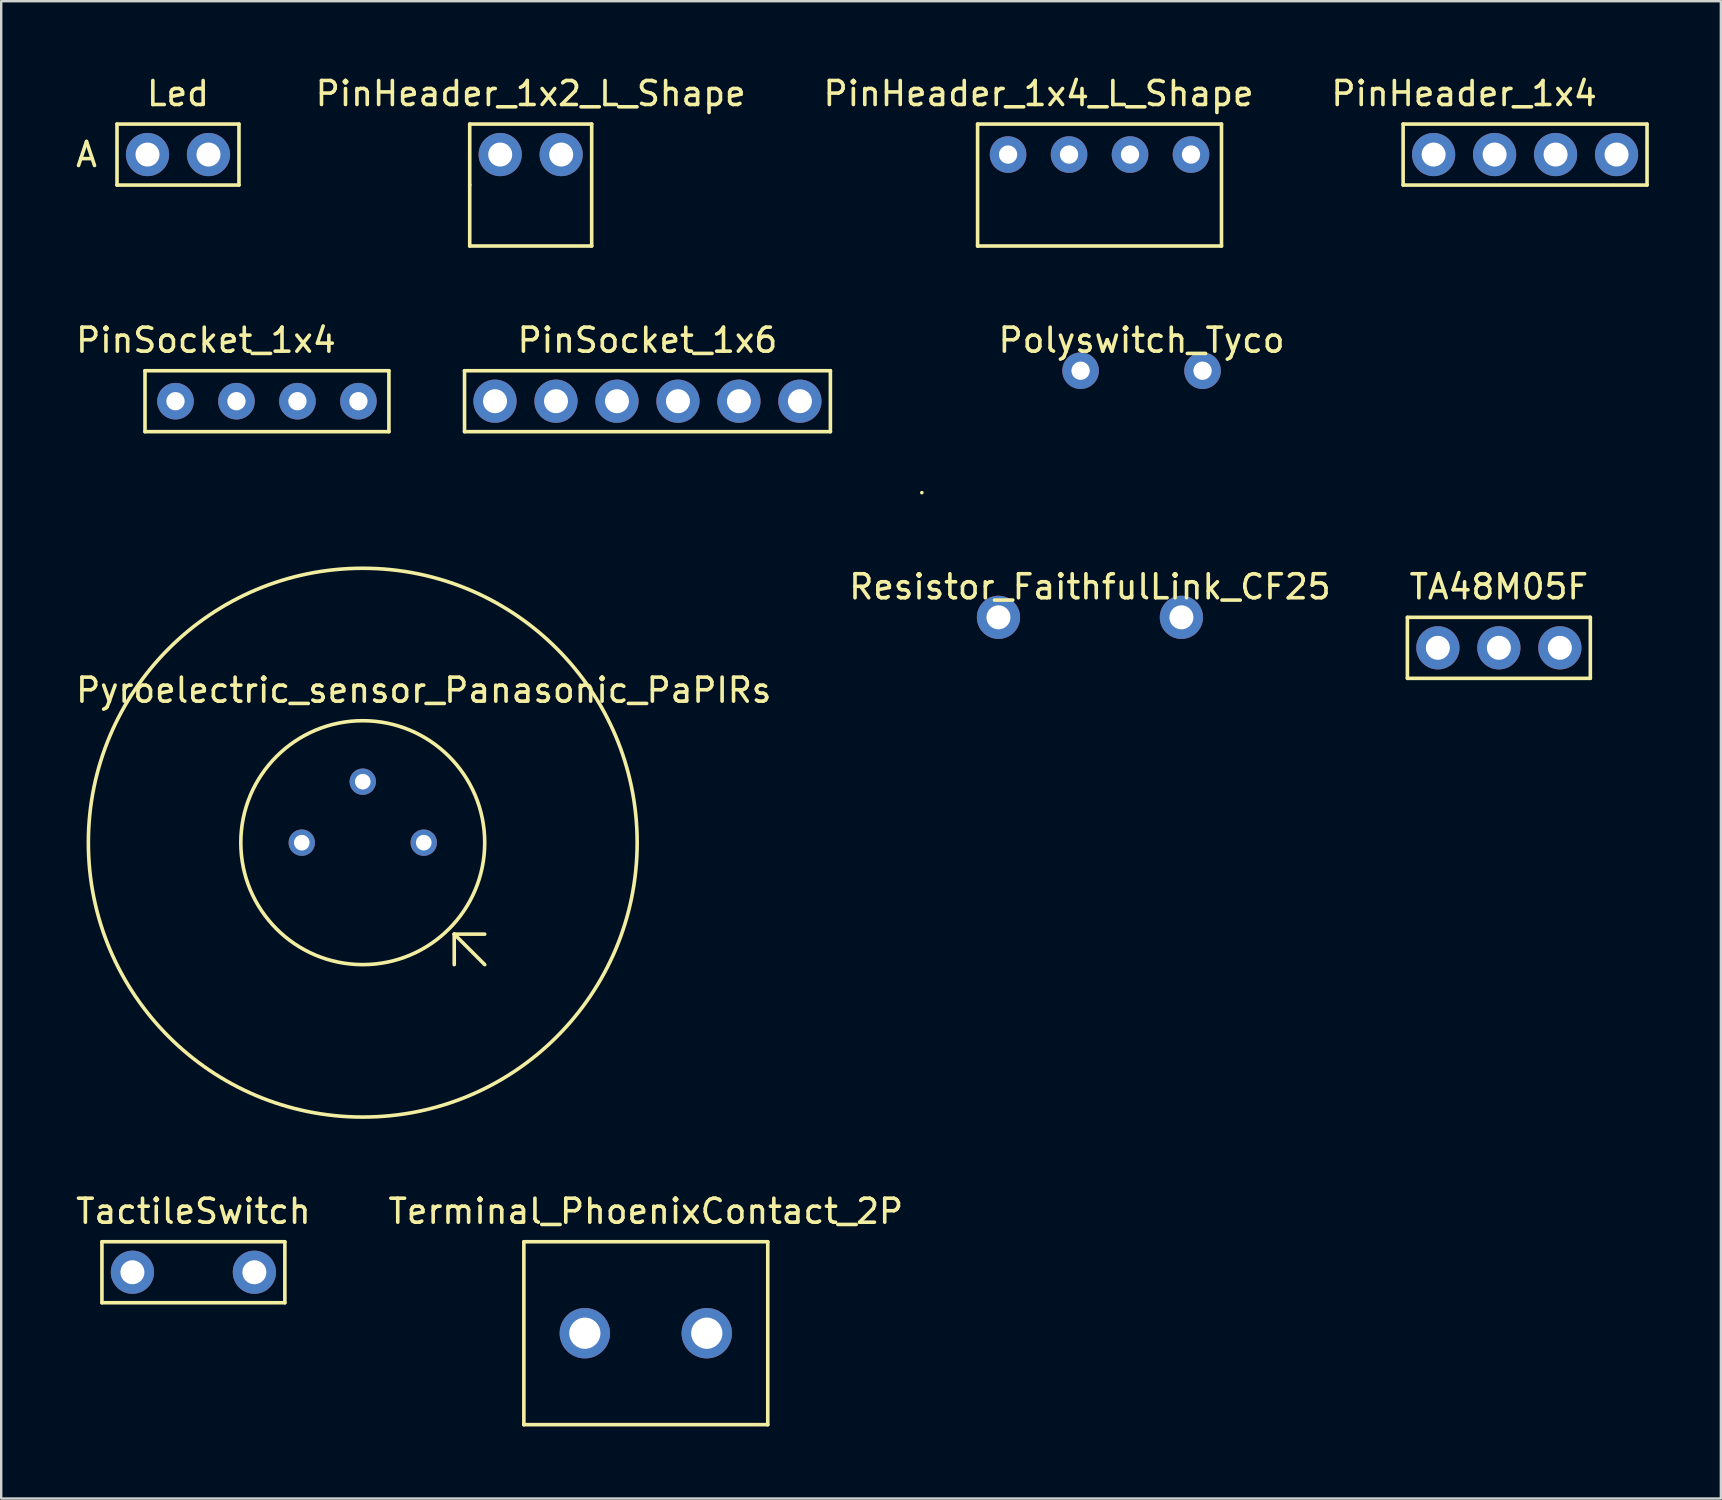
<source format=kicad_pcb>
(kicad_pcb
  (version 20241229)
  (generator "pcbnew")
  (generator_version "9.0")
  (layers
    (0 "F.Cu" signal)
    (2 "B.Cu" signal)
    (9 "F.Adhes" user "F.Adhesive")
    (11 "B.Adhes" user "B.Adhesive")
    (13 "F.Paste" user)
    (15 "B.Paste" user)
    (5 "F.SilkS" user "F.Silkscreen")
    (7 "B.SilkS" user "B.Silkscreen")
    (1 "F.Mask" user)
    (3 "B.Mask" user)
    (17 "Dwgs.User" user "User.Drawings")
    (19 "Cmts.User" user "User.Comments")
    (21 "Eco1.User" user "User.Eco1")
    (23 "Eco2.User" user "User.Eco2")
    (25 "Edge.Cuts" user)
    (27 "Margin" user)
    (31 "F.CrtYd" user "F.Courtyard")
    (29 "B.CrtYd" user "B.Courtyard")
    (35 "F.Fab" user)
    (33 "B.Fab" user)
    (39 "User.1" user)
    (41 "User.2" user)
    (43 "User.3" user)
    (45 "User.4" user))
  (footprint "Pyroelectric_sensor_Panasonic_PaPIRs"
    (layer "F.Cu")
    (at 12.061 32.051)
    (property "Reference" "Pyroelectric_sensor_Panasonic_PaPIRs" (at 2.54 -6.35 0) (layer "F.SilkS") (effects (font (size 1 1) (thickness 0.15))))
    (attr through_hole)
    (fp_line (start 3.81 3.81) (end 3.81 5.08) (stroke (width 0.15) (type solid)) (layer "F.SilkS"))
    (fp_line (start 3.81 3.81) (end 5.08 3.81) (stroke (width 0.15) (type solid)) (layer "F.SilkS"))
    (fp_line (start 3.81 3.81) (end 5.08 5.08) (stroke (width 0.15) (type solid)) (layer "F.SilkS"))
    (fp_circle (center 0 0) (end 0 -5.08) (stroke (width 0.15) (type solid)) (fill no) (layer "F.SilkS"))
    (fp_circle (center 0 0) (end 11.43 0) (stroke (width 0.15) (type solid)) (fill no) (layer "F.SilkS"))
    (pad "1" thru_hole circle (at 2.54 0) (size 1.1 1.1) (drill 0.65) (layers "*.Cu" "*.Mask"))
    (pad "2" thru_hole circle (at 0 -2.54) (size 1.1 1.1) (drill 0.65) (layers "*.Cu" "*.Mask"))
    (pad "3" thru_hole circle (at -2.54 0) (size 1.1 1.1) (drill 0.65) (layers "*.Cu" "*.Mask")))
  (footprint "PinSocket_1x6"
    (layer "F.Cu")
    (at 23.92 13.662)
    (property "Reference" "PinSocket_1x6" (at 0 -2.54 0) (layer "F.SilkS") (effects (font (size 1 1) (thickness 0.15))))
    (attr through_hole)
    (fp_line (start -7.62 -1.27) (end -7.62 1.27) (stroke (width 0.15) (type solid)) (layer "F.SilkS"))
    (fp_line (start -7.62 1.27) (end 7.62 1.27) (stroke (width 0.15) (type solid)) (layer "F.SilkS"))
    (fp_line (start 7.62 -1.27) (end -7.62 -1.27) (stroke (width 0.15) (type solid)) (layer "F.SilkS"))
    (fp_line (start 7.62 -1.27) (end 7.62 1.27) (stroke (width 0.15) (type solid)) (layer "F.SilkS"))
    (fp_line (start 11.43 3.81) (end 11.43 3.81) (stroke (width 0.15) (type solid)) (layer "F.SilkS"))
    (pad "1" thru_hole circle (at 6.35 0) (size 1.8 1.8) (drill 1) (layers "*.Cu" "*.Mask"))
    (pad "2" thru_hole circle (at 3.81 0) (size 1.8 1.8) (drill 1) (layers "*.Cu" "*.Mask"))
    (pad "3" thru_hole circle (at 1.27 0) (size 1.8 1.8) (drill 1) (layers "*.Cu" "*.Mask"))
    (pad "4" thru_hole circle (at -1.27 0) (size 1.8 1.8) (drill 1) (layers "*.Cu" "*.Mask"))
    (pad "5" thru_hole circle (at -3.81 0) (size 1.8 1.8) (drill 1) (layers "*.Cu" "*.Mask"))
    (pad "6" thru_hole circle (at -6.35 0) (size 1.8 1.8) (drill 1) (layers "*.Cu" "*.Mask")))
  (footprint "TactileSwitch"
    (layer "F.Cu")
    (at 5.006 49.945)
    (property "Reference" "TactileSwitch" (at 0 -2.54 0) (layer "F.SilkS") (effects (font (size 1 1) (thickness 0.15))))
    (attr through_hole)
    (fp_line (start -3.81 -1.27) (end -3.81 1.27) (stroke (width 0.15) (type solid)) (layer "F.SilkS"))
    (fp_line (start -3.81 1.27) (end 3.81 1.27) (stroke (width 0.15) (type solid)) (layer "F.SilkS"))
    (fp_line (start 3.81 -1.27) (end -3.81 -1.27) (stroke (width 0.15) (type solid)) (layer "F.SilkS"))
    (fp_line (start 3.81 1.27) (end 3.81 -1.27) (stroke (width 0.15) (type solid)) (layer "F.SilkS"))
    (pad "1" thru_hole circle (at 2.54 0) (size 1.8 1.8) (drill 1) (layers "*.Cu" "*.Mask"))
    (pad "2" thru_hole circle (at -2.54 0) (size 1.8 1.8) (drill 1) (layers "*.Cu" "*.Mask")))
  (footprint "Resistor_FaithfulLink_CF25"
    (layer "F.Cu")
    (at 42.351 22.665)
    (property "Reference" "Resistor_FaithfulLink_CF25" (at 0 -1.27 0) (layer "F.SilkS") (effects (font (size 1 1) (thickness 0.15))))
    (attr through_hole)
    (pad "1" thru_hole circle (at 3.81 0) (size 1.8 1.8) (drill 1) (layers "*.Cu" "*.Mask"))
    (pad "2" thru_hole circle (at -3.81 0) (size 1.8 1.8) (drill 1) (layers "*.Cu" "*.Mask")))
  (footprint "Led"
    (layer "F.Cu")
    (at 4.364 3.388)
    (property "Reference" "Led" (at 0 -2.54 0) (layer "F.SilkS") (effects (font (size 1 1) (thickness 0.15))))
    (attr through_hole)
    (fp_line (start -2.54 -1.27) (end -2.54 1.27) (stroke (width 0.15) (type solid)) (layer "F.SilkS"))
    (fp_line (start -2.54 1.27) (end 2.54 1.27) (stroke (width 0.15) (type solid)) (layer "F.SilkS"))
    (fp_line (start 2.54 -1.27) (end -2.54 -1.27) (stroke (width 0.15) (type solid)) (layer "F.SilkS"))
    (fp_line (start 2.54 1.27) (end 2.54 -1.27) (stroke (width 0.15) (type solid)) (layer "F.SilkS"))
    (fp_text user "A" (at -3.81 0 0) (layer "F.SilkS") (effects (font (size 1 1) (thickness 0.15))))
    (pad "1" thru_hole circle (at 1.27 0) (size 1.8 1.8) (drill 1) (layers "*.Cu" "*.Mask"))
    (pad "2" thru_hole circle (at -1.27 0) (size 1.8 1.8) (drill 1) (layers "*.Cu" "*.Mask")))
  (footprint "PinHeader_1x2_L_Shape"
    (layer "F.Cu")
    (at 19.056 4.658)
    (property "Reference" "PinHeader_1x2_L_Shape" (at 0 -3.81 0) (layer "F.SilkS") (effects (font (size 1 1) (thickness 0.15))))
    (attr through_hole)
    (fp_line (start -2.54 -2.54) (end -2.54 0) (stroke (width 0.15) (type solid)) (layer "F.SilkS"))
    (fp_line (start -2.54 0) (end -2.54 2.54) (stroke (width 0.15) (type solid)) (layer "F.SilkS"))
    (fp_line (start -2.54 2.54) (end 2.54 2.54) (stroke (width 0.15) (type solid)) (layer "F.SilkS"))
    (fp_line (start 2.54 -2.54) (end -2.54 -2.54) (stroke (width 0.15) (type solid)) (layer "F.SilkS"))
    (fp_line (start 2.54 2.54) (end 2.54 -2.54) (stroke (width 0.15) (type solid)) (layer "F.SilkS"))
    (pad "1" thru_hole circle (at 1.27 -1.27) (size 1.8 1.8) (drill 1) (layers "*.Cu" "*.Mask"))
    (pad "2" thru_hole circle (at -1.27 -1.27) (size 1.8 1.8) (drill 1) (layers "*.Cu" "*.Mask")))
  (footprint "Polyswitch_Tyco"
    (layer "F.Cu")
    (at 44.502 12.392)
    (property "Reference" "Polyswitch_Tyco" (at 0 -1.27 0) (layer "F.SilkS") (effects (font (size 1 1) (thickness 0.15))))
    (attr through_hole)
    (pad "1" thru_hole circle (at 2.54 0) (size 1.524 1.524) (drill 0.762) (layers "*.Cu" "*.Mask"))
    (pad "2" thru_hole circle (at -2.54 0) (size 1.524 1.524) (drill 0.762) (layers "*.Cu" "*.Mask")))
  (footprint "TA48M05F"
    (layer "F.Cu")
    (at 59.385 23.935)
    (property "Reference" "TA48M05F" (at 0 -2.54 0) (layer "F.SilkS") (effects (font (size 1 1) (thickness 0.15))))
    (attr through_hole)
    (fp_line (start -3.81 -1.27) (end -3.81 1.27) (stroke (width 0.15) (type solid)) (layer "F.SilkS"))
    (fp_line (start -3.81 1.27) (end 3.81 1.27) (stroke (width 0.15) (type solid)) (layer "F.SilkS"))
    (fp_line (start 3.81 -1.27) (end -3.81 -1.27) (stroke (width 0.15) (type solid)) (layer "F.SilkS"))
    (fp_line (start 3.81 1.27) (end 3.81 -1.27) (stroke (width 0.15) (type solid)) (layer "F.SilkS"))
    (pad "1" thru_hole circle (at -2.54 0) (size 1.8 1.8) (drill 1) (layers "*.Cu" "*.Mask"))
    (pad "2" thru_hole circle (at 2.54 0) (size 1.8 1.8) (drill 1) (layers "*.Cu" "*.Mask"))
    (pad "3" thru_hole circle (at 0 0) (size 1.8 1.8) (drill 1) (layers "*.Cu" "*.Mask")))
  (footprint "Terminal_PhoenixContact_2P"
    (layer "F.Cu")
    (at 23.851 52.485)
    (property "Reference" "Terminal_PhoenixContact_2P" (at 0 -5.08 0) (layer "F.SilkS") (effects (font (size 1 1) (thickness 0.15))))
    (attr through_hole)
    (fp_line (start -5.08 -3.81) (end 5.08 -3.81) (stroke (width 0.15) (type solid)) (layer "F.SilkS"))
    (fp_line (start -5.08 3.81) (end -5.08 -3.81) (stroke (width 0.15) (type solid)) (layer "F.SilkS"))
    (fp_line (start 5.08 -3.81) (end 5.08 3.81) (stroke (width 0.15) (type solid)) (layer "F.SilkS"))
    (fp_line (start 5.08 3.81) (end -5.08 3.81) (stroke (width 0.15) (type solid)) (layer "F.SilkS"))
    (pad "1" thru_hole circle (at 2.54 0) (size 2.1 2.1) (drill 1.3) (layers "*.Cu" "*.Mask"))
    (pad "2" thru_hole circle (at -2.54 0) (size 2.1 2.1) (drill 1.3) (layers "*.Cu" "*.Mask")))
  (footprint "PinHeader_1x4_L_Shape"
    (layer "F.Cu")
    (at 42.751 4.658)
    (property "Reference" "PinHeader_1x4_L_Shape" (at -2.54 -3.81 0) (layer "F.SilkS") (effects (font (size 1 1) (thickness 0.15))))
    (attr through_hole)
    (fp_line (start -5.08 -2.54) (end 5.08 -2.54) (stroke (width 0.15) (type solid)) (layer "F.SilkS"))
    (fp_line (start -5.08 2.54) (end -5.08 -2.54) (stroke (width 0.15) (type solid)) (layer "F.SilkS"))
    (fp_line (start 5.08 -2.54) (end 5.08 2.54) (stroke (width 0.15) (type solid)) (layer "F.SilkS"))
    (fp_line (start 5.08 2.54) (end -5.08 2.54) (stroke (width 0.15) (type solid)) (layer "F.SilkS"))
    (pad "1" thru_hole circle (at 3.81 -1.27) (size 1.524 1.524) (drill 0.762) (layers "*.Cu" "*.Mask"))
    (pad "2" thru_hole circle (at 1.27 -1.27) (size 1.524 1.524) (drill 0.762) (layers "*.Cu" "*.Mask"))
    (pad "3" thru_hole circle (at -1.27 -1.27) (size 1.524 1.524) (drill 0.762) (layers "*.Cu" "*.Mask"))
    (pad "4" thru_hole circle (at -3.81 -1.27) (size 1.524 1.524) (drill 0.762) (layers "*.Cu" "*.Mask")))
  (footprint "PinSocket_1x4"
    (layer "F.Cu")
    (at 8.07 13.662)
    (property "Reference" "PinSocket_1x4" (at -2.54 -2.54 0) (layer "F.SilkS") (effects (font (size 1 1) (thickness 0.15))))
    (attr through_hole)
    (fp_line (start -5.08 -1.27) (end 5.08 -1.27) (stroke (width 0.15) (type solid)) (layer "F.SilkS"))
    (fp_line (start -5.08 1.27) (end -5.08 -1.27) (stroke (width 0.15) (type solid)) (layer "F.SilkS"))
    (fp_line (start 5.08 -1.27) (end 5.08 1.27) (stroke (width 0.15) (type solid)) (layer "F.SilkS"))
    (fp_line (start 5.08 1.27) (end -5.08 1.27) (stroke (width 0.15) (type solid)) (layer "F.SilkS"))
    (pad "1" thru_hole circle (at 3.81 0) (size 1.524 1.524) (drill 0.762) (layers "*.Cu" "*.Mask"))
    (pad "2" thru_hole circle (at 1.27 0) (size 1.524 1.524) (drill 0.762) (layers "*.Cu" "*.Mask"))
    (pad "3" thru_hole circle (at -1.27 0) (size 1.524 1.524) (drill 0.762) (layers "*.Cu" "*.Mask"))
    (pad "4" thru_hole circle (at -3.81 0) (size 1.524 1.524) (drill 0.762) (layers "*.Cu" "*.Mask")))
  (footprint "PinHeader_1x4"
    (layer "F.Cu")
    (at 60.477 4.658)
    (property "Reference" "PinHeader_1x4" (at -2.54 -3.81 0) (layer "F.SilkS") (effects (font (size 1 1) (thickness 0.15))))
    (attr through_hole)
    (fp_line (start -5.08 -2.54) (end -5.08 0) (stroke (width 0.15) (type solid)) (layer "F.SilkS"))
    (fp_line (start -5.08 -2.54) (end 5.08 -2.54) (stroke (width 0.15) (type solid)) (layer "F.SilkS"))
    (fp_line (start -5.08 0) (end 5.08 0) (stroke (width 0.15) (type solid)) (layer "F.SilkS"))
    (fp_line (start 5.08 0) (end 5.08 -2.54) (stroke (width 0.15) (type solid)) (layer "F.SilkS"))
    (pad "1" thru_hole circle (at -3.81 -1.27) (size 1.8 1.8) (drill 1) (layers "*.Cu" "*.Mask"))
    (pad "2" thru_hole circle (at -1.27 -1.27) (size 1.8 1.8) (drill 1) (layers "*.Cu" "*.Mask"))
    (pad "3" thru_hole circle (at 1.27 -1.27) (size 1.8 1.8) (drill 1) (layers "*.Cu" "*.Mask"))
    (pad "4" thru_hole circle (at 3.81 -1.27) (size 1.8 1.8) (drill 1) (layers "*.Cu" "*.Mask")))
  (gr_rect
    (start -3 -3)
    (end 68.632 59.37)
    (stroke (width 0.1) (type default))
    (fill no)
    (layer "Edge.Cuts")))
</source>
